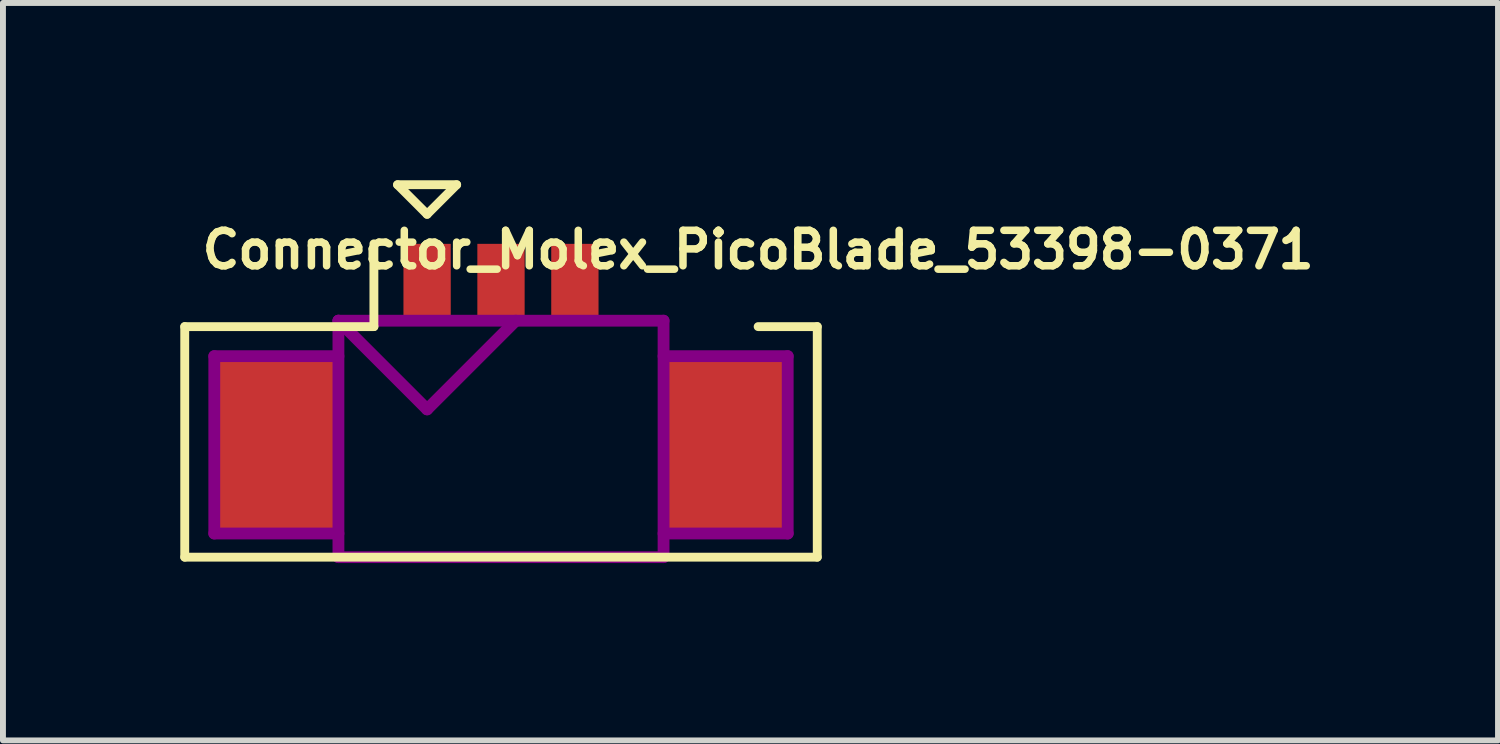
<source format=kicad_pcb>
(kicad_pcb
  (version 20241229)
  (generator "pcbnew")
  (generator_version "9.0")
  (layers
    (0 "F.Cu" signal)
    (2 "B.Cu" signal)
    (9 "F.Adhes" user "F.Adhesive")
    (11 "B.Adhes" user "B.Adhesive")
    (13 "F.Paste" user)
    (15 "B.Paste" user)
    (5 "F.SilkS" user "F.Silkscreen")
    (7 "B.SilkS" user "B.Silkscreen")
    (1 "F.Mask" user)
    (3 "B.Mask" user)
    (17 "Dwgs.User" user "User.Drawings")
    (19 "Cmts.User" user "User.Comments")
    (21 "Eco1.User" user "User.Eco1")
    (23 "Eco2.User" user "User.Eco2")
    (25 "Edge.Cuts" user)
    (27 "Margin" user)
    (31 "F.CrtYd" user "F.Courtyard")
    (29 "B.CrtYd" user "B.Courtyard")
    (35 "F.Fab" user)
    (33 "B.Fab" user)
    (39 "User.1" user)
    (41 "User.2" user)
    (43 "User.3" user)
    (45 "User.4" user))
  (footprint "Connector_Molex_PicoBlade_53398-0371"
    (layer "F.Cu")
    (at 5.425 4.475)
    (property "Reference" "Connector_Molex_PicoBlade_53398-0371" (at 4.35 -3.3 0) (layer "F.SilkS") (effects (font (size 0.6 0.6) (thickness 0.127))))
    (attr through_hole)
    (fp_line (start -5.35 -2) (end -5.35 1.9) (stroke (width 0.15) (type solid)) (layer "F.SilkS"))
    (fp_line (start -5.35 1.9) (end 5.35 1.9) (stroke (width 0.15) (type solid)) (layer "F.SilkS"))
    (fp_line (start -2.15 -3.4) (end -2.15 -2) (stroke (width 0.15) (type solid)) (layer "F.SilkS"))
    (fp_line (start -2.15 -2) (end -5.35 -2) (stroke (width 0.15) (type solid)) (layer "F.SilkS"))
    (fp_line (start -1.75 -4.4) (end -0.75 -4.4) (stroke (width 0.15) (type solid)) (layer "F.SilkS"))
    (fp_line (start -1.25 -3.9) (end -1.75 -4.4) (stroke (width 0.15) (type solid)) (layer "F.SilkS"))
    (fp_line (start -0.75 -4.4) (end -1.25 -3.9) (stroke (width 0.15) (type solid)) (layer "F.SilkS"))
    (fp_line (start 5.35 -2) (end 4.35 -2) (stroke (width 0.15) (type solid)) (layer "F.SilkS"))
    (fp_line (start 5.35 1.9) (end 5.35 -2) (stroke (width 0.15) (type solid)) (layer "F.SilkS"))
    (fp_line (start -4.85 -1.5) (end -4.85 1.5) (stroke (width 0.2) (type solid)) (layer "F.Adhes"))
    (fp_line (start -4.85 1.5) (end -2.75 1.5) (stroke (width 0.2) (type solid)) (layer "F.Adhes"))
    (fp_line (start -2.75 -2.1) (end -2.75 1.9) (stroke (width 0.2) (type solid)) (layer "F.Adhes"))
    (fp_line (start -2.75 -2.1) (end -1.25 -0.6) (stroke (width 0.2) (type solid)) (layer "F.Adhes"))
    (fp_line (start -2.75 -1.5) (end -4.85 -1.5) (stroke (width 0.2) (type solid)) (layer "F.Adhes"))
    (fp_line (start -2.75 1.9) (end 2.75 1.9) (stroke (width 0.2) (type solid)) (layer "F.Adhes"))
    (fp_line (start -1.25 -0.6) (end 0.25 -2.1) (stroke (width 0.2) (type solid)) (layer "F.Adhes"))
    (fp_line (start 2.75 -2.1) (end -2.75 -2.1) (stroke (width 0.2) (type solid)) (layer "F.Adhes"))
    (fp_line (start 2.75 -1.5) (end 4.85 -1.5) (stroke (width 0.2) (type solid)) (layer "F.Adhes"))
    (fp_line (start 2.75 1.9) (end 2.75 -2.1) (stroke (width 0.2) (type solid)) (layer "F.Adhes"))
    (fp_line (start 4.85 -1.5) (end 4.85 1.5) (stroke (width 0.2) (type solid)) (layer "F.Adhes"))
    (fp_line (start 4.85 1.5) (end 2.75 1.5) (stroke (width 0.2) (type solid)) (layer "F.Adhes"))
    (pad "" smd rect (at -3.8 0) (size 2.1 3) (layers "F.Cu" "F.Mask" "F.Paste"))
    (pad "1" smd rect (at -1.25 -2.75) (size 0.8 1.3) (layers "F.Cu" "F.Mask" "F.Paste"))
    (pad "1" smd rect (at 3.8 0) (size 2.1 3) (layers "F.Cu" "F.Mask" "F.Paste"))
    (pad "2" smd rect (at 0 -2.75) (size 0.8 1.3) (layers "F.Cu" "F.Mask" "F.Paste"))
    (pad "3" smd rect (at 1.25 -2.75) (size 0.8 1.3) (layers "F.Cu" "F.Mask" "F.Paste")))
  (gr_rect
    (start -3 -3)
    (end 22.291 9.475)
    (stroke (width 0.1) (type default))
    (fill no)
    (layer "Edge.Cuts")))
</source>
